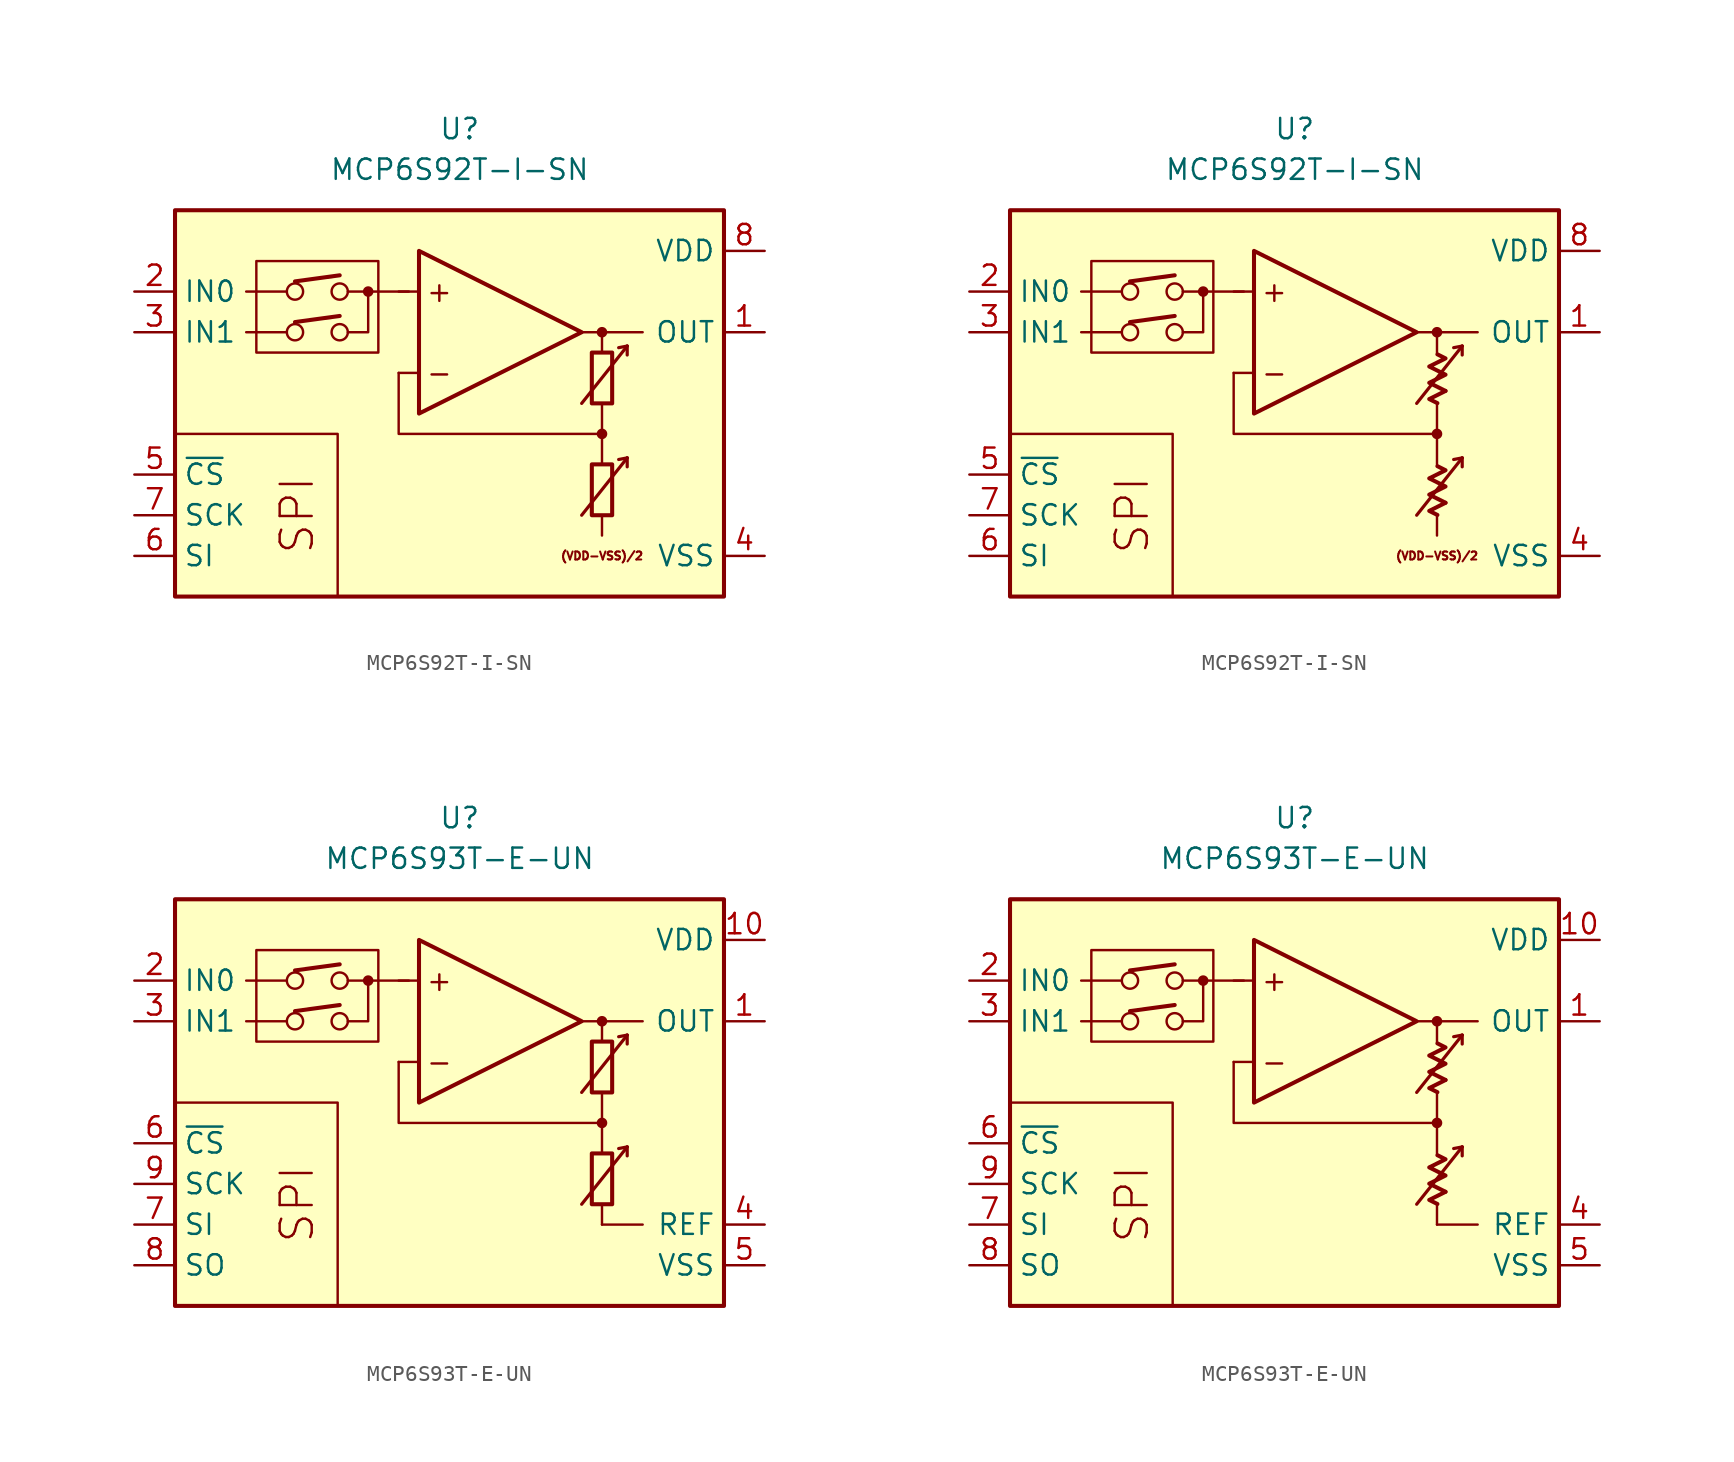
<source format=kicad_sym>
(kicad_symbol_lib
  (version 20231120)
  (generator "kicad_symbol_editor")
  (generator_version "8.0")
  (symbol "MCP6S92T-I-SN"
    (property "Reference" "U"
      (at 0 17.78 0)
      (effects (font (size 1.27 1.27))))
    (property "Value" "MCP6S92T-I-SN"
      (at 0 15.24 0)
      (effects (font (size 1.27 1.27))))
    (symbol "MCP6S92T-I-SN_0_0"
      (rectangle (start -17.78 12.7) (end 16.51 -11.43) (stroke (width 0.254) (type default)) (fill (type background)))
      (rectangle (start -12.7 9.525) (end -5.08 3.81) (stroke (width 0.152) (type default)) (fill (type none)))
      (circle (center -10.287 5.08) (radius 0.508) (stroke (width 0) (type default)) (fill (type none)))
      (circle (center -10.287 7.62) (radius 0.508) (stroke (width 0) (type default)) (fill (type none)))
      (circle (center -7.493 5.08) (radius 0.508) (stroke (width 0) (type default)) (fill (type none)))
      (circle (center -7.493 7.62) (radius 0.508) (stroke (width 0) (type default)) (fill (type none)))
      (circle (center -5.715 7.62) (radius 0.254) (stroke (width 0.152) (type default)) (fill (type outline)))
      (polyline (pts (xy 8.89 -3.81)) (stroke (width 0.152) (type default)) (fill (type none)))
      (polyline (pts (xy 8.89 -3.81)) (stroke (width 0.152) (type default)) (fill (type none)))
      (polyline (pts (xy 8.89 -3.175)) (stroke (width 0.152) (type default)) (fill (type none)))
      (polyline (pts (xy 8.89 3.175)) (stroke (width 0.152) (type default)) (fill (type none)))
      (polyline (pts (xy 8.89 3.81)) (stroke (width 0.152) (type default)) (fill (type none)))
      (polyline (pts (xy 8.89 3.81)) (stroke (width 0.152) (type default)) (fill (type none)))
      (polyline (pts (xy -10.795 5.08) (xy -13.335 5.08)) (stroke (width 0.152) (type default)) (fill (type none)))
      (polyline (pts (xy -10.795 7.62) (xy -13.335 7.62)) (stroke (width 0.152) (type default)) (fill (type none)))
      (polyline (pts (xy -10.287 5.715) (xy -7.493 6.096)) (stroke (width 0.254) (type default)) (fill (type none)))
      (polyline (pts (xy -10.287 8.255) (xy -7.493 8.636)) (stroke (width 0.254) (type default)) (fill (type none)))
      (polyline (pts (xy -3.175 7.62) (xy -6.985 7.62)) (stroke (width 0.152) (type default)) (fill (type none)))
      (polyline (pts (xy -2.54 2.54) (xy -3.81 2.54)) (stroke (width 0.152) (type default)) (fill (type none)))
      (polyline (pts (xy -2.54 7.62) (xy -3.81 7.62)) (stroke (width 0.152) (type default)) (fill (type none)))
      (polyline (pts (xy 7.62 5.08) (xy 11.43 5.08)) (stroke (width 0.152) (type default)) (fill (type none)))
      (polyline (pts (xy 8.89 -6.35) (xy 8.89 -7.62)) (stroke (width 0.152) (type default)) (fill (type none)))
      (polyline (pts (xy 8.89 -1.27) (xy 8.89 -3.175)) (stroke (width 0.152) (type default)) (fill (type none)))
      (polyline (pts (xy 8.89 0.635) (xy 8.89 -1.27)) (stroke (width 0.152) (type default)) (fill (type none)))
      (polyline (pts (xy 8.89 5.08) (xy 8.89 3.81)) (stroke (width 0.152) (type default)) (fill (type none)))
      (polyline (pts (xy -7.62 -11.43) (xy -7.62 -1.27) (xy -17.78 -1.27)) (stroke (width 0.152) (type default)) (fill (type none)))
      (polyline (pts (xy -6.985 5.08) (xy -5.715 5.08) (xy -5.715 7.62)) (stroke (width 0.152) (type default)) (fill (type none)))
      (polyline (pts (xy 8.89 -1.27) (xy -3.81 -1.27) (xy -3.81 2.54)) (stroke (width 0.152) (type default)) (fill (type none)))
      (circle (center 8.89 -1.27) (radius 0.254) (stroke (width 0.152) (type default)) (fill (type outline)))
      (circle (center 8.89 5.08) (radius 0.254) (stroke (width 0.152) (type default)) (fill (type outline)))
      (text "(VDD-VSS)/2" (at 8.89 -8.89 0) (effects (font (size 0.5 0.5))))
      (text "+" (at -1.27 7.62 0) (effects (font (size 1.27 1.27))))
      (text "-" (at -1.27 2.54 0) (effects (font (size 1.27 1.27))))
      (text "SPI" (at -10.16 -6.35 900) (effects (font (size 2 2)))))
    (symbol "MCP6S92T-I-SN_0_1"
      (rectangle (start 8.255 -3.175) (end 9.525 -6.35) (stroke (width 0.254) (type default)) (fill (type none)))
      (rectangle (start 8.255 3.81) (end 9.525 0.635) (stroke (width 0.254) (type default)) (fill (type none))))
    (symbol "MCP6S92T-I-SN_0_2"
      (polyline (pts (xy 9.422 -5.572) (xy 8.406 -6.08) (xy 8.915 -6.333)) (stroke (width 0.254) (type default)) (fill (type none)))
      (polyline (pts (xy 9.422 1.413) (xy 8.406 0.905) (xy 8.915 0.651)) (stroke (width 0.254) (type default)) (fill (type none)))
      (polyline (pts (xy 8.915 -3.285) (xy 9.422 -3.539) (xy 8.406 -4.048) (xy 9.422 -4.556) (xy 8.406 -5.064) (xy 9.422 -5.572)) (stroke (width 0.254) (type default)) (fill (type none)))
      (polyline (pts (xy 8.915 3.7) (xy 9.422 3.446) (xy 8.406 2.938) (xy 9.422 2.429) (xy 8.406 1.921) (xy 9.422 1.413)) (stroke (width 0.254) (type default)) (fill (type none))))
    (symbol "MCP6S92T-I-SN_1_0"
      (polyline (pts (xy 10.465 -2.769) (xy 9.931 -2.87)) (stroke (width 0.2) (type default)) (fill (type none)))
      (polyline (pts (xy 10.465 -2.769) (xy 10.465 -3.327)) (stroke (width 0.2) (type default)) (fill (type none)))
      (polyline (pts (xy 10.465 4.216) (xy 9.931 4.115)) (stroke (width 0.2) (type default)) (fill (type none)))
      (polyline (pts (xy 10.465 4.216) (xy 10.465 3.658)) (stroke (width 0.2) (type default)) (fill (type none)))
      (polyline (pts (xy -2.54 10.16) (xy -2.54 0) (xy 7.62 5.08) (xy -2.54 10.16)) (stroke (width 0.254) (type default)) (fill (type background)))
      (polyline (pts (xy 7.62 -6.35) (xy 10.465 -2.769) (xy 10.465 -2.769) (xy 10.465 -2.769)) (stroke (width 0.2) (type default)) (fill (type none)))
      (polyline (pts (xy 7.62 0.635) (xy 10.465 4.216) (xy 10.465 4.216) (xy 10.465 4.216)) (stroke (width 0.2) (type default)) (fill (type none))))
    (symbol "MCP6S92T-I-SN_1_1"
      (pin output line (at 19.05 5.08 180) (length 2.54) (name "OUT" (effects (font (size 1.27 1.27)))) (number "1" (effects (font (size 1.27 1.27)))))
      (pin input line (at -20.32 7.62 0) (length 2.54) (name "IN0" (effects (font (size 1.27 1.27)))) (number "2" (effects (font (size 1.27 1.27)))))
      (pin input line (at -20.32 5.08 0) (length 2.54) (name "IN1" (effects (font (size 1.27 1.27)))) (number "3" (effects (font (size 1.27 1.27)))))
      (pin power_in line (at 19.05 -8.89 180) (length 2.54) (name "VSS" (effects (font (size 1.27 1.27)))) (number "4" (effects (font (size 1.27 1.27)))))
      (pin input line (at -20.32 -3.81 0) (length 2.54) (name "~{CS}" (effects (font (size 1.27 1.27)))) (number "5" (effects (font (size 1.27 1.27)))))
      (pin input line (at -20.32 -8.89 0) (length 2.54) (name "SI" (effects (font (size 1.27 1.27)))) (number "6" (effects (font (size 1.27 1.27)))))
      (pin input line (at -20.32 -6.35 0) (length 2.54) (name "SCK" (effects (font (size 1.27 1.27)))) (number "7" (effects (font (size 1.27 1.27)))))
      (pin power_in line (at 19.05 10.16 180) (length 2.54) (name "VDD" (effects (font (size 1.27 1.27)))) (number "8" (effects (font (size 1.27 1.27))))))
    (symbol "MCP6S92T-I-SN_1_2"
      (pin output line (at 19.05 5.08 180) (length 2.54) (name "OUT" (effects (font (size 1.27 1.27)))) (number "1" (effects (font (size 1.27 1.27)))))
      (pin input line (at -20.32 7.62 0) (length 2.54) (name "IN0" (effects (font (size 1.27 1.27)))) (number "2" (effects (font (size 1.27 1.27)))))
      (pin input line (at -20.32 5.08 0) (length 2.54) (name "IN1" (effects (font (size 1.27 1.27)))) (number "3" (effects (font (size 1.27 1.27)))))
      (pin power_in line (at 19.05 -8.89 180) (length 2.54) (name "VSS" (effects (font (size 1.27 1.27)))) (number "4" (effects (font (size 1.27 1.27)))))
      (pin input line (at -20.32 -3.81 0) (length 2.54) (name "~{CS}" (effects (font (size 1.27 1.27)))) (number "5" (effects (font (size 1.27 1.27)))))
      (pin input line (at -20.32 -8.89 0) (length 2.54) (name "SI" (effects (font (size 1.27 1.27)))) (number "6" (effects (font (size 1.27 1.27)))))
      (pin input line (at -20.32 -6.35 0) (length 2.54) (name "SCK" (effects (font (size 1.27 1.27)))) (number "7" (effects (font (size 1.27 1.27)))))
      (pin power_in line (at 19.05 10.16 180) (length 2.54) (name "VDD" (effects (font (size 1.27 1.27)))) (number "8" (effects (font (size 1.27 1.27)))))))
  (symbol "MCP6S93T-E-UN"
    (property "Reference" "U"
      (at 0 17.78 0)
      (effects (font (size 1.27 1.27))))
    (property "Value" "MCP6S93T-E-UN"
      (at 0 15.24 0)
      (effects (font (size 1.27 1.27))))
    (symbol "MCP6S93T-E-UN_0_0"
      (rectangle (start -12.7 9.525) (end -5.08 3.81) (stroke (width 0.152) (type default)) (fill (type none)))
      (circle (center -10.287 5.08) (radius 0.508) (stroke (width 0) (type default)) (fill (type none)))
      (circle (center -10.287 7.62) (radius 0.508) (stroke (width 0) (type default)) (fill (type none)))
      (circle (center -7.493 5.08) (radius 0.508) (stroke (width 0) (type default)) (fill (type none)))
      (circle (center -7.493 7.62) (radius 0.508) (stroke (width 0) (type default)) (fill (type none)))
      (circle (center -5.715 7.62) (radius 0.254) (stroke (width 0.152) (type default)) (fill (type outline)))
      (polyline (pts (xy 8.89 -3.81)) (stroke (width 0.152) (type default)) (fill (type none)))
      (polyline (pts (xy 8.89 -3.81)) (stroke (width 0.152) (type default)) (fill (type none)))
      (polyline (pts (xy 8.89 -3.175)) (stroke (width 0.152) (type default)) (fill (type none)))
      (polyline (pts (xy 8.89 3.175)) (stroke (width 0.152) (type default)) (fill (type none)))
      (polyline (pts (xy 8.89 3.81)) (stroke (width 0.152) (type default)) (fill (type none)))
      (polyline (pts (xy 8.89 3.81)) (stroke (width 0.152) (type default)) (fill (type none)))
      (polyline (pts (xy -10.795 5.08) (xy -13.335 5.08)) (stroke (width 0.152) (type default)) (fill (type none)))
      (polyline (pts (xy -10.795 7.62) (xy -13.335 7.62)) (stroke (width 0.152) (type default)) (fill (type none)))
      (polyline (pts (xy -10.287 5.715) (xy -7.493 6.096)) (stroke (width 0.254) (type default)) (fill (type none)))
      (polyline (pts (xy -10.287 8.255) (xy -7.493 8.636)) (stroke (width 0.254) (type default)) (fill (type none)))
      (polyline (pts (xy -3.175 7.62) (xy -6.985 7.62)) (stroke (width 0.152) (type default)) (fill (type none)))
      (polyline (pts (xy -2.54 2.54) (xy -3.81 2.54)) (stroke (width 0.152) (type default)) (fill (type none)))
      (polyline (pts (xy -2.54 7.62) (xy -3.81 7.62)) (stroke (width 0.152) (type default)) (fill (type none)))
      (polyline (pts (xy 7.62 5.08) (xy 11.43 5.08)) (stroke (width 0.152) (type default)) (fill (type none)))
      (polyline (pts (xy 8.89 -6.35) (xy 8.89 -7.62)) (stroke (width 0.152) (type default)) (fill (type none)))
      (polyline (pts (xy 8.89 -1.27) (xy 8.89 -3.175)) (stroke (width 0.152) (type default)) (fill (type none)))
      (polyline (pts (xy 8.89 0.635) (xy 8.89 -1.27)) (stroke (width 0.152) (type default)) (fill (type none)))
      (polyline (pts (xy 8.89 5.08) (xy 8.89 3.81)) (stroke (width 0.152) (type default)) (fill (type none)))
      (polyline (pts (xy -7.62 -12.7) (xy -7.62 0) (xy -17.78 0)) (stroke (width 0.152) (type default)) (fill (type none)))
      (polyline (pts (xy -6.985 5.08) (xy -5.715 5.08) (xy -5.715 7.62)) (stroke (width 0.152) (type default)) (fill (type none)))
      (polyline (pts (xy 8.89 -1.27) (xy -3.81 -1.27) (xy -3.81 2.54)) (stroke (width 0.152) (type default)) (fill (type none)))
      (circle (center 8.89 -1.27) (radius 0.254) (stroke (width 0.152) (type default)) (fill (type outline)))
      (circle (center 8.89 5.08) (radius 0.254) (stroke (width 0.152) (type default)) (fill (type outline)))
      (text "+" (at -1.27 7.62 0) (effects (font (size 1.27 1.27))))
      (text "-" (at -1.27 2.54 0) (effects (font (size 1.27 1.27))))
      (text "SPI" (at -10.16 -6.35 900) (effects (font (size 2 2)))))
    (symbol "MCP6S93T-E-UN_0_1"
      (rectangle (start 8.255 -3.175) (end 9.525 -6.35) (stroke (width 0.254) (type default)) (fill (type none)))
      (rectangle (start 8.255 3.81) (end 9.525 0.635) (stroke (width 0.254) (type default)) (fill (type none))))
    (symbol "MCP6S93T-E-UN_0_2"
      (polyline (pts (xy 9.422 -5.572) (xy 8.406 -6.08) (xy 8.915 -6.333)) (stroke (width 0.254) (type default)) (fill (type none)))
      (polyline (pts (xy 9.422 1.413) (xy 8.406 0.905) (xy 8.915 0.651)) (stroke (width 0.254) (type default)) (fill (type none)))
      (polyline (pts (xy 8.915 -3.285) (xy 9.422 -3.539) (xy 8.406 -4.048) (xy 9.422 -4.556) (xy 8.406 -5.064) (xy 9.422 -5.572)) (stroke (width 0.254) (type default)) (fill (type none)))
      (polyline (pts (xy 8.915 3.7) (xy 9.422 3.446) (xy 8.406 2.938) (xy 9.422 2.429) (xy 8.406 1.921) (xy 9.422 1.413)) (stroke (width 0.254) (type default)) (fill (type none))))
    (symbol "MCP6S93T-E-UN_1_0"
      (rectangle (start -17.78 12.7) (end 16.51 -12.7) (stroke (width 0.254) (type default)) (fill (type background)))
      (polyline (pts (xy 8.89 -7.62) (xy 11.43 -7.62)) (stroke (width 0.152) (type default)) (fill (type none)))
      (polyline (pts (xy 10.465 -2.769) (xy 9.931 -2.87)) (stroke (width 0.2) (type default)) (fill (type none)))
      (polyline (pts (xy 10.465 -2.769) (xy 10.465 -3.327)) (stroke (width 0.2) (type default)) (fill (type none)))
      (polyline (pts (xy 10.465 4.216) (xy 9.931 4.115)) (stroke (width 0.2) (type default)) (fill (type none)))
      (polyline (pts (xy 10.465 4.216) (xy 10.465 3.658)) (stroke (width 0.2) (type default)) (fill (type none)))
      (polyline (pts (xy -2.54 10.16) (xy -2.54 0) (xy 7.62 5.08) (xy -2.54 10.16)) (stroke (width 0.254) (type default)) (fill (type background)))
      (polyline (pts (xy 7.62 -6.35) (xy 10.465 -2.769) (xy 10.465 -2.769) (xy 10.465 -2.769)) (stroke (width 0.2) (type default)) (fill (type none)))
      (polyline (pts (xy 7.62 0.635) (xy 10.465 4.216) (xy 10.465 4.216) (xy 10.465 4.216)) (stroke (width 0.2) (type default)) (fill (type none))))
    (symbol "MCP6S93T-E-UN_1_1"
      (pin output line (at 19.05 5.08 180) (length 2.54) (name "OUT" (effects (font (size 1.27 1.27)))) (number "1" (effects (font (size 1.27 1.27)))))
      (pin power_in line (at 19.05 10.16 180) (length 2.54) (name "VDD" (effects (font (size 1.27 1.27)))) (number "10" (effects (font (size 1.27 1.27)))))
      (pin input line (at -20.32 7.62 0) (length 2.54) (name "IN0" (effects (font (size 1.27 1.27)))) (number "2" (effects (font (size 1.27 1.27)))))
      (pin input line (at -20.32 5.08 0) (length 2.54) (name "IN1" (effects (font (size 1.27 1.27)))) (number "3" (effects (font (size 1.27 1.27)))))
      (pin passive line (at 19.05 -7.62 180) (length 2.54) (name "REF" (effects (font (size 1.27 1.27)))) (number "4" (effects (font (size 1.27 1.27)))))
      (pin power_in line (at 19.05 -10.16 180) (length 2.54) (name "VSS" (effects (font (size 1.27 1.27)))) (number "5" (effects (font (size 1.27 1.27)))))
      (pin input line (at -20.32 -2.54 0) (length 2.54) (name "~{CS}" (effects (font (size 1.27 1.27)))) (number "6" (effects (font (size 1.27 1.27)))))
      (pin input line (at -20.32 -7.62 0) (length 2.54) (name "SI" (effects (font (size 1.27 1.27)))) (number "7" (effects (font (size 1.27 1.27)))))
      (pin input line (at -20.32 -10.16 0) (length 2.54) (name "SO" (effects (font (size 1.27 1.27)))) (number "8" (effects (font (size 1.27 1.27)))))
      (pin input line (at -20.32 -5.08 0) (length 2.54) (name "SCK" (effects (font (size 1.27 1.27)))) (number "9" (effects (font (size 1.27 1.27))))))
    (symbol "MCP6S93T-E-UN_1_2"
      (pin output line (at 19.05 5.08 180) (length 2.54) (name "OUT" (effects (font (size 1.27 1.27)))) (number "1" (effects (font (size 1.27 1.27)))))
      (pin power_in line (at 19.05 10.16 180) (length 2.54) (name "VDD" (effects (font (size 1.27 1.27)))) (number "10" (effects (font (size 1.27 1.27)))))
      (pin input line (at -20.32 7.62 0) (length 2.54) (name "IN0" (effects (font (size 1.27 1.27)))) (number "2" (effects (font (size 1.27 1.27)))))
      (pin input line (at -20.32 5.08 0) (length 2.54) (name "IN1" (effects (font (size 1.27 1.27)))) (number "3" (effects (font (size 1.27 1.27)))))
      (pin passive line (at 19.05 -7.62 180) (length 2.54) (name "REF" (effects (font (size 1.27 1.27)))) (number "4" (effects (font (size 1.27 1.27)))))
      (pin power_in line (at 19.05 -10.16 180) (length 2.54) (name "VSS" (effects (font (size 1.27 1.27)))) (number "5" (effects (font (size 1.27 1.27)))))
      (pin input line (at -20.32 -2.54 0) (length 2.54) (name "~{CS}" (effects (font (size 1.27 1.27)))) (number "6" (effects (font (size 1.27 1.27)))))
      (pin input line (at -20.32 -7.62 0) (length 2.54) (name "SI" (effects (font (size 1.27 1.27)))) (number "7" (effects (font (size 1.27 1.27)))))
      (pin input line (at -20.32 -10.16 0) (length 2.54) (name "SO" (effects (font (size 1.27 1.27)))) (number "8" (effects (font (size 1.27 1.27)))))
      (pin input line (at -20.32 -5.08 0) (length 2.54) (name "SCK" (effects (font (size 1.27 1.27)))) (number "9" (effects (font (size 1.27 1.27))))))))
</source>
